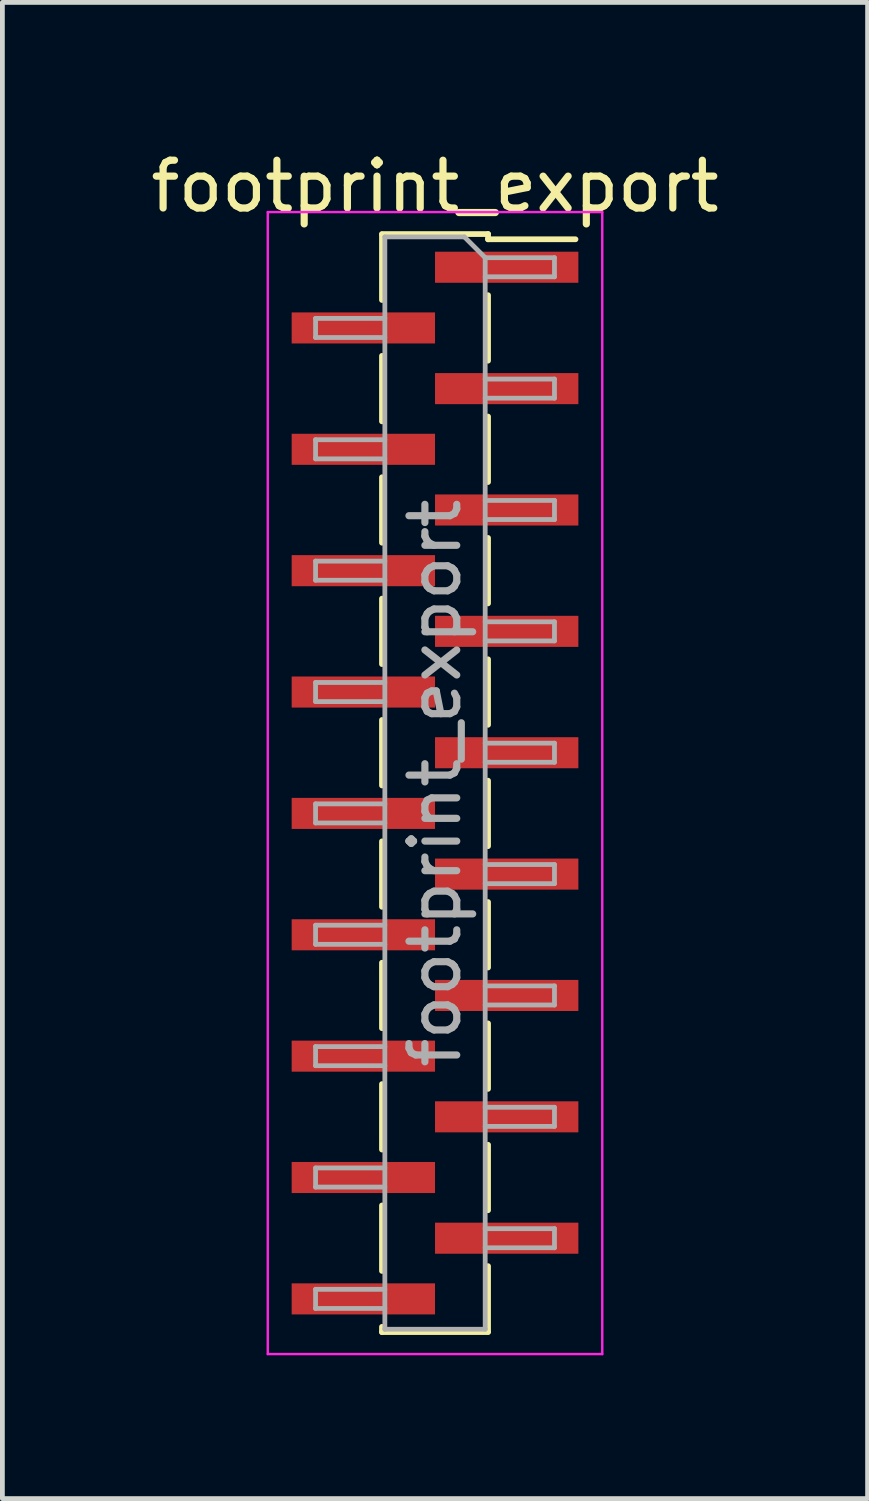
<source format=kicad_pcb>
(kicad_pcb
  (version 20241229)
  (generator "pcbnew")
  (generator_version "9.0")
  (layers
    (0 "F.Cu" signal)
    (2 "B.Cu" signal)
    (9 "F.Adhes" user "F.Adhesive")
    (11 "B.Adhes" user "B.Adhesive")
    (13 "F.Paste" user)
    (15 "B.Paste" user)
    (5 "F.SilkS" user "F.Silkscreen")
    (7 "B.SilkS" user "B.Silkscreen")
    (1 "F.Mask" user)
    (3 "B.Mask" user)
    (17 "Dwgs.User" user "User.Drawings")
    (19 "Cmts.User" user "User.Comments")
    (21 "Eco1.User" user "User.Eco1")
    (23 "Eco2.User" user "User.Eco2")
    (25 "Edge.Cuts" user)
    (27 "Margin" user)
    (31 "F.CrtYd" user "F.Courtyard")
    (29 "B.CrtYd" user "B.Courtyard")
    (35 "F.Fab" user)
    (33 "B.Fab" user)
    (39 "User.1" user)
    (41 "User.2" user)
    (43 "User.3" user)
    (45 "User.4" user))
  (footprint "footprint_export"
    (layer "F.Cu")
    (at 6.054 13.338)
    (property "Reference" "footprint_export" (at 0 -12.49 0) (layer "F.SilkS") (effects (font (size 1 1) (thickness 0.15))))
    (attr smd)
    (fp_line (start -1.11 -11.49) (end 1.11 -11.49) (stroke (width 0.12) (type solid)) (layer "F.SilkS"))
    (fp_line (start -1.11 -11.48) (end -1.11 -10.11) (stroke (width 0.12) (type solid)) (layer "F.SilkS"))
    (fp_line (start -1.11 -8.94) (end -1.11 -7.57) (stroke (width 0.12) (type solid)) (layer "F.SilkS"))
    (fp_line (start -1.11 -6.4) (end -1.11 -5.03) (stroke (width 0.12) (type solid)) (layer "F.SilkS"))
    (fp_line (start -1.11 -3.86) (end -1.11 -2.49) (stroke (width 0.12) (type solid)) (layer "F.SilkS"))
    (fp_line (start -1.11 -1.32) (end -1.11 0.05) (stroke (width 0.12) (type solid)) (layer "F.SilkS"))
    (fp_line (start -1.11 1.22) (end -1.11 2.59) (stroke (width 0.12) (type solid)) (layer "F.SilkS"))
    (fp_line (start -1.11 3.76) (end -1.11 5.13) (stroke (width 0.12) (type solid)) (layer "F.SilkS"))
    (fp_line (start -1.11 6.3) (end -1.11 7.67) (stroke (width 0.12) (type solid)) (layer "F.SilkS"))
    (fp_line (start -1.11 8.84) (end -1.11 10.21) (stroke (width 0.12) (type solid)) (layer "F.SilkS"))
    (fp_line (start -1.11 11.38) (end -1.11 11.49) (stroke (width 0.12) (type solid)) (layer "F.SilkS"))
    (fp_line (start -1.11 11.49) (end 1.11 11.49) (stroke (width 0.12) (type solid)) (layer "F.SilkS"))
    (fp_line (start 1.11 -11.49) (end 1.11 -11.38) (stroke (width 0.12) (type solid)) (layer "F.SilkS"))
    (fp_line (start 1.11 -11.38) (end 2.94 -11.38) (stroke (width 0.12) (type solid)) (layer "F.SilkS"))
    (fp_line (start 1.11 -10.21) (end 1.11 -8.84) (stroke (width 0.12) (type solid)) (layer "F.SilkS"))
    (fp_line (start 1.11 -7.67) (end 1.11 -6.3) (stroke (width 0.12) (type solid)) (layer "F.SilkS"))
    (fp_line (start 1.11 -5.13) (end 1.11 -3.76) (stroke (width 0.12) (type solid)) (layer "F.SilkS"))
    (fp_line (start 1.11 -2.59) (end 1.11 -1.22) (stroke (width 0.12) (type solid)) (layer "F.SilkS"))
    (fp_line (start 1.11 -0.05) (end 1.11 1.32) (stroke (width 0.12) (type solid)) (layer "F.SilkS"))
    (fp_line (start 1.11 2.49) (end 1.11 3.86) (stroke (width 0.12) (type solid)) (layer "F.SilkS"))
    (fp_line (start 1.11 5.03) (end 1.11 6.4) (stroke (width 0.12) (type solid)) (layer "F.SilkS"))
    (fp_line (start 1.11 7.57) (end 1.11 8.94) (stroke (width 0.12) (type solid)) (layer "F.SilkS"))
    (fp_line (start 1.11 10.11) (end 1.11 11.48) (stroke (width 0.12) (type solid)) (layer "F.SilkS"))
    (fp_line (start -3.5 -11.95) (end -3.5 11.95) (stroke (width 0.05) (type solid)) (layer "F.CrtYd"))
    (fp_line (start -3.5 11.95) (end 3.5 11.95) (stroke (width 0.05) (type solid)) (layer "F.CrtYd"))
    (fp_line (start 3.5 -11.95) (end -3.5 -11.95) (stroke (width 0.05) (type solid)) (layer "F.CrtYd"))
    (fp_line (start 3.5 11.95) (end 3.5 -11.95) (stroke (width 0.05) (type solid)) (layer "F.CrtYd"))
    (fp_line (start -2.5 -9.725) (end -2.5 -9.325) (stroke (width 0.1) (type solid)) (layer "F.Fab"))
    (fp_line (start -2.5 -9.325) (end -1.05 -9.325) (stroke (width 0.1) (type solid)) (layer "F.Fab"))
    (fp_line (start -2.5 -7.185) (end -2.5 -6.785) (stroke (width 0.1) (type solid)) (layer "F.Fab"))
    (fp_line (start -2.5 -6.785) (end -1.05 -6.785) (stroke (width 0.1) (type solid)) (layer "F.Fab"))
    (fp_line (start -2.5 -4.645) (end -2.5 -4.245) (stroke (width 0.1) (type solid)) (layer "F.Fab"))
    (fp_line (start -2.5 -4.245) (end -1.05 -4.245) (stroke (width 0.1) (type solid)) (layer "F.Fab"))
    (fp_line (start -2.5 -2.105) (end -2.5 -1.705) (stroke (width 0.1) (type solid)) (layer "F.Fab"))
    (fp_line (start -2.5 -1.705) (end -1.05 -1.705) (stroke (width 0.1) (type solid)) (layer "F.Fab"))
    (fp_line (start -2.5 0.435) (end -2.5 0.835) (stroke (width 0.1) (type solid)) (layer "F.Fab"))
    (fp_line (start -2.5 0.835) (end -1.05 0.835) (stroke (width 0.1) (type solid)) (layer "F.Fab"))
    (fp_line (start -2.5 2.975) (end -2.5 3.375) (stroke (width 0.1) (type solid)) (layer "F.Fab"))
    (fp_line (start -2.5 3.375) (end -1.05 3.375) (stroke (width 0.1) (type solid)) (layer "F.Fab"))
    (fp_line (start -2.5 5.515) (end -2.5 5.915) (stroke (width 0.1) (type solid)) (layer "F.Fab"))
    (fp_line (start -2.5 5.915) (end -1.05 5.915) (stroke (width 0.1) (type solid)) (layer "F.Fab"))
    (fp_line (start -2.5 8.055) (end -2.5 8.455) (stroke (width 0.1) (type solid)) (layer "F.Fab"))
    (fp_line (start -2.5 8.455) (end -1.05 8.455) (stroke (width 0.1) (type solid)) (layer "F.Fab"))
    (fp_line (start -2.5 10.595) (end -2.5 10.995) (stroke (width 0.1) (type solid)) (layer "F.Fab"))
    (fp_line (start -2.5 10.995) (end -1.05 10.995) (stroke (width 0.1) (type solid)) (layer "F.Fab"))
    (fp_line (start -1.05 -11.43) (end -1.05 11.43) (stroke (width 0.1) (type solid)) (layer "F.Fab"))
    (fp_line (start -1.05 -11.43) (end 0.615 -11.43) (stroke (width 0.1) (type solid)) (layer "F.Fab"))
    (fp_line (start -1.05 -9.725) (end -2.5 -9.725) (stroke (width 0.1) (type solid)) (layer "F.Fab"))
    (fp_line (start -1.05 -7.185) (end -2.5 -7.185) (stroke (width 0.1) (type solid)) (layer "F.Fab"))
    (fp_line (start -1.05 -4.645) (end -2.5 -4.645) (stroke (width 0.1) (type solid)) (layer "F.Fab"))
    (fp_line (start -1.05 -2.105) (end -2.5 -2.105) (stroke (width 0.1) (type solid)) (layer "F.Fab"))
    (fp_line (start -1.05 0.435) (end -2.5 0.435) (stroke (width 0.1) (type solid)) (layer "F.Fab"))
    (fp_line (start -1.05 2.975) (end -2.5 2.975) (stroke (width 0.1) (type solid)) (layer "F.Fab"))
    (fp_line (start -1.05 5.515) (end -2.5 5.515) (stroke (width 0.1) (type solid)) (layer "F.Fab"))
    (fp_line (start -1.05 8.055) (end -2.5 8.055) (stroke (width 0.1) (type solid)) (layer "F.Fab"))
    (fp_line (start -1.05 10.595) (end -2.5 10.595) (stroke (width 0.1) (type solid)) (layer "F.Fab"))
    (fp_line (start 1.05 -10.995) (end 0.615 -11.43) (stroke (width 0.1) (type solid)) (layer "F.Fab"))
    (fp_line (start 1.05 -10.995) (end 2.5 -10.995) (stroke (width 0.1) (type solid)) (layer "F.Fab"))
    (fp_line (start 1.05 -8.455) (end 2.5 -8.455) (stroke (width 0.1) (type solid)) (layer "F.Fab"))
    (fp_line (start 1.05 -5.915) (end 2.5 -5.915) (stroke (width 0.1) (type solid)) (layer "F.Fab"))
    (fp_line (start 1.05 -3.375) (end 2.5 -3.375) (stroke (width 0.1) (type solid)) (layer "F.Fab"))
    (fp_line (start 1.05 -0.835) (end 2.5 -0.835) (stroke (width 0.1) (type solid)) (layer "F.Fab"))
    (fp_line (start 1.05 1.705) (end 2.5 1.705) (stroke (width 0.1) (type solid)) (layer "F.Fab"))
    (fp_line (start 1.05 4.245) (end 2.5 4.245) (stroke (width 0.1) (type solid)) (layer "F.Fab"))
    (fp_line (start 1.05 6.785) (end 2.5 6.785) (stroke (width 0.1) (type solid)) (layer "F.Fab"))
    (fp_line (start 1.05 9.325) (end 2.5 9.325) (stroke (width 0.1) (type solid)) (layer "F.Fab"))
    (fp_line (start 1.05 11.43) (end -1.05 11.43) (stroke (width 0.1) (type solid)) (layer "F.Fab"))
    (fp_line (start 1.05 11.43) (end 1.05 -10.995) (stroke (width 0.1) (type solid)) (layer "F.Fab"))
    (fp_line (start 2.5 -10.995) (end 2.5 -10.595) (stroke (width 0.1) (type solid)) (layer "F.Fab"))
    (fp_line (start 2.5 -10.595) (end 1.05 -10.595) (stroke (width 0.1) (type solid)) (layer "F.Fab"))
    (fp_line (start 2.5 -8.455) (end 2.5 -8.055) (stroke (width 0.1) (type solid)) (layer "F.Fab"))
    (fp_line (start 2.5 -8.055) (end 1.05 -8.055) (stroke (width 0.1) (type solid)) (layer "F.Fab"))
    (fp_line (start 2.5 -5.915) (end 2.5 -5.515) (stroke (width 0.1) (type solid)) (layer "F.Fab"))
    (fp_line (start 2.5 -5.515) (end 1.05 -5.515) (stroke (width 0.1) (type solid)) (layer "F.Fab"))
    (fp_line (start 2.5 -3.375) (end 2.5 -2.975) (stroke (width 0.1) (type solid)) (layer "F.Fab"))
    (fp_line (start 2.5 -2.975) (end 1.05 -2.975) (stroke (width 0.1) (type solid)) (layer "F.Fab"))
    (fp_line (start 2.5 -0.835) (end 2.5 -0.435) (stroke (width 0.1) (type solid)) (layer "F.Fab"))
    (fp_line (start 2.5 -0.435) (end 1.05 -0.435) (stroke (width 0.1) (type solid)) (layer "F.Fab"))
    (fp_line (start 2.5 1.705) (end 2.5 2.105) (stroke (width 0.1) (type solid)) (layer "F.Fab"))
    (fp_line (start 2.5 2.105) (end 1.05 2.105) (stroke (width 0.1) (type solid)) (layer "F.Fab"))
    (fp_line (start 2.5 4.245) (end 2.5 4.645) (stroke (width 0.1) (type solid)) (layer "F.Fab"))
    (fp_line (start 2.5 4.645) (end 1.05 4.645) (stroke (width 0.1) (type solid)) (layer "F.Fab"))
    (fp_line (start 2.5 6.785) (end 2.5 7.185) (stroke (width 0.1) (type solid)) (layer "F.Fab"))
    (fp_line (start 2.5 7.185) (end 1.05 7.185) (stroke (width 0.1) (type solid)) (layer "F.Fab"))
    (fp_line (start 2.5 9.325) (end 2.5 9.725) (stroke (width 0.1) (type solid)) (layer "F.Fab"))
    (fp_line (start 2.5 9.725) (end 1.05 9.725) (stroke (width 0.1) (type solid)) (layer "F.Fab"))
    (fp_text user "${REFERENCE}" (at 0 0 90) (layer "F.Fab") (effects (font (size 1 1) (thickness 0.15))))
    (pad "1" smd rect (at 1.5 -10.795) (size 3 0.65) (layers "F.Cu" "F.Mask" "F.Paste"))
    (pad "2" smd rect (at -1.5 -9.525) (size 3 0.65) (layers "F.Cu" "F.Mask" "F.Paste"))
    (pad "3" smd rect (at 1.5 -8.255) (size 3 0.65) (layers "F.Cu" "F.Mask" "F.Paste"))
    (pad "4" smd rect (at -1.5 -6.985) (size 3 0.65) (layers "F.Cu" "F.Mask" "F.Paste"))
    (pad "5" smd rect (at 1.5 -5.715) (size 3 0.65) (layers "F.Cu" "F.Mask" "F.Paste"))
    (pad "6" smd rect (at -1.5 -4.445) (size 3 0.65) (layers "F.Cu" "F.Mask" "F.Paste"))
    (pad "7" smd rect (at 1.5 -3.175) (size 3 0.65) (layers "F.Cu" "F.Mask" "F.Paste"))
    (pad "8" smd rect (at -1.5 -1.905) (size 3 0.65) (layers "F.Cu" "F.Mask" "F.Paste"))
    (pad "9" smd rect (at 1.5 -0.635) (size 3 0.65) (layers "F.Cu" "F.Mask" "F.Paste"))
    (pad "10" smd rect (at -1.5 0.635) (size 3 0.65) (layers "F.Cu" "F.Mask" "F.Paste"))
    (pad "11" smd rect (at 1.5 1.905) (size 3 0.65) (layers "F.Cu" "F.Mask" "F.Paste"))
    (pad "12" smd rect (at -1.5 3.175) (size 3 0.65) (layers "F.Cu" "F.Mask" "F.Paste"))
    (pad "13" smd rect (at 1.5 4.445) (size 3 0.65) (layers "F.Cu" "F.Mask" "F.Paste"))
    (pad "14" smd rect (at -1.5 5.715) (size 3 0.65) (layers "F.Cu" "F.Mask" "F.Paste"))
    (pad "15" smd rect (at 1.5 6.985) (size 3 0.65) (layers "F.Cu" "F.Mask" "F.Paste"))
    (pad "16" smd rect (at -1.5 8.255) (size 3 0.65) (layers "F.Cu" "F.Mask" "F.Paste"))
    (pad "17" smd rect (at 1.5 9.525) (size 3 0.65) (layers "F.Cu" "F.Mask" "F.Paste"))
    (pad "18" smd rect (at -1.5 10.795) (size 3 0.65) (layers "F.Cu" "F.Mask" "F.Paste")))
  (gr_rect
    (start -3 -3)
    (end 15.107 28.313)
    (stroke (width 0.1) (type default))
    (fill no)
    (layer "Edge.Cuts")))
</source>
